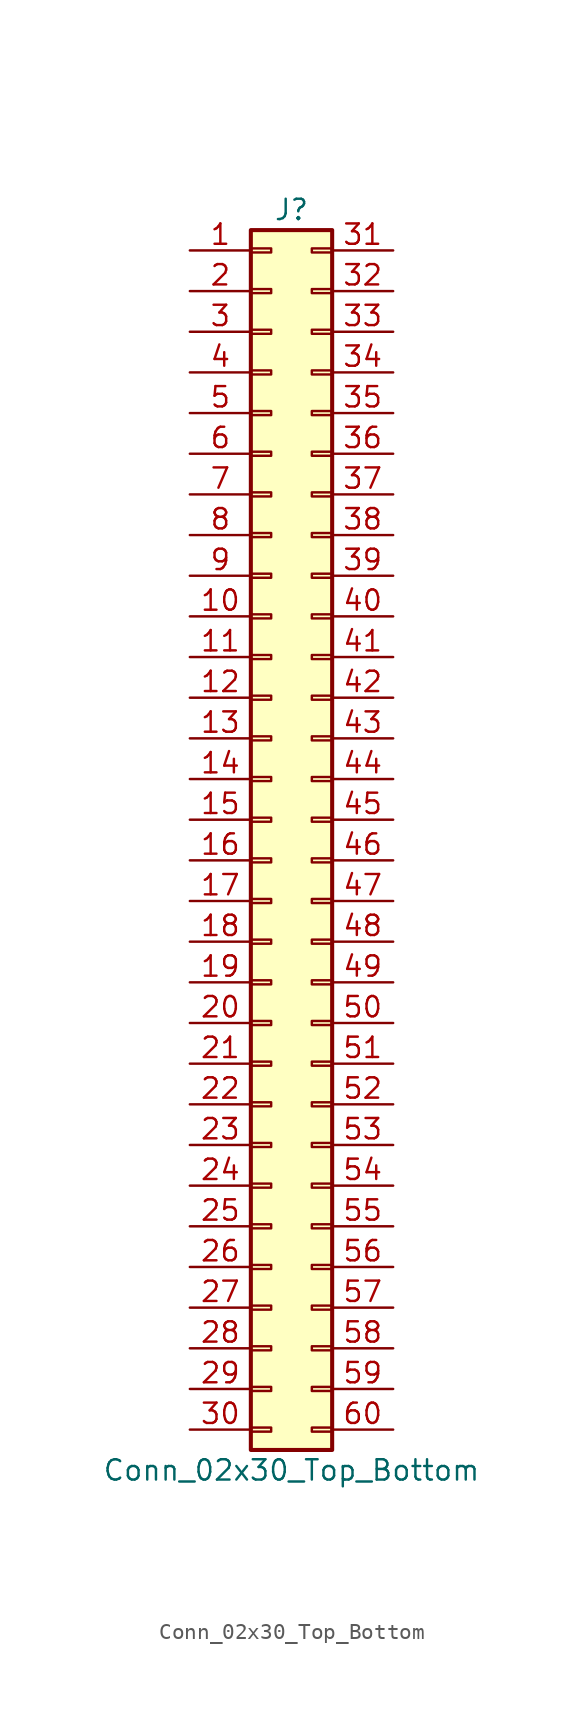
<source format=kicad_sym>
(kicad_symbol_lib
  (version 20220914)
  (generator kicad_symbol_editor)
  (symbol "Conn_02x30_Top_Bottom"
    (pin_names
      (offset 1.016) hide)
    (property "Reference" "J"
      (at 1.27 38.1 0)
      (effects (font (size 1.27 1.27))))
    (property "Value" "Conn_02x30_Top_Bottom"
      (at 1.27 -40.64 0)
      (effects (font (size 1.27 1.27))))
    (symbol "Conn_02x30_Top_Bottom_1_1"
      (rectangle (start -1.27 -37.973) (end 0 -38.227) (stroke (width 0.152) (type solid)) (fill (type none)))
      (rectangle (start -1.27 -35.433) (end 0 -35.687) (stroke (width 0.152) (type solid)) (fill (type none)))
      (rectangle (start -1.27 -32.893) (end 0 -33.147) (stroke (width 0.152) (type solid)) (fill (type none)))
      (rectangle (start -1.27 -30.353) (end 0 -30.607) (stroke (width 0.152) (type solid)) (fill (type none)))
      (rectangle (start -1.27 -27.813) (end 0 -28.067) (stroke (width 0.152) (type solid)) (fill (type none)))
      (rectangle (start -1.27 -25.273) (end 0 -25.527) (stroke (width 0.152) (type solid)) (fill (type none)))
      (rectangle (start -1.27 -22.733) (end 0 -22.987) (stroke (width 0.152) (type solid)) (fill (type none)))
      (rectangle (start -1.27 -20.193) (end 0 -20.447) (stroke (width 0.152) (type solid)) (fill (type none)))
      (rectangle (start -1.27 -17.653) (end 0 -17.907) (stroke (width 0.152) (type solid)) (fill (type none)))
      (rectangle (start -1.27 -15.113) (end 0 -15.367) (stroke (width 0.152) (type solid)) (fill (type none)))
      (rectangle (start -1.27 -12.573) (end 0 -12.827) (stroke (width 0.152) (type solid)) (fill (type none)))
      (rectangle (start -1.27 -10.033) (end 0 -10.287) (stroke (width 0.152) (type solid)) (fill (type none)))
      (rectangle (start -1.27 -7.493) (end 0 -7.747) (stroke (width 0.152) (type solid)) (fill (type none)))
      (rectangle (start -1.27 -4.953) (end 0 -5.207) (stroke (width 0.152) (type solid)) (fill (type none)))
      (rectangle (start -1.27 -2.413) (end 0 -2.667) (stroke (width 0.152) (type solid)) (fill (type none)))
      (rectangle (start -1.27 0.127) (end 0 -0.127) (stroke (width 0.152) (type solid)) (fill (type none)))
      (rectangle (start -1.27 2.667) (end 0 2.413) (stroke (width 0.152) (type solid)) (fill (type none)))
      (rectangle (start -1.27 5.207) (end 0 4.953) (stroke (width 0.152) (type solid)) (fill (type none)))
      (rectangle (start -1.27 7.747) (end 0 7.493) (stroke (width 0.152) (type solid)) (fill (type none)))
      (rectangle (start -1.27 10.287) (end 0 10.033) (stroke (width 0.152) (type solid)) (fill (type none)))
      (rectangle (start -1.27 12.827) (end 0 12.573) (stroke (width 0.152) (type solid)) (fill (type none)))
      (rectangle (start -1.27 15.367) (end 0 15.113) (stroke (width 0.152) (type solid)) (fill (type none)))
      (rectangle (start -1.27 17.907) (end 0 17.653) (stroke (width 0.152) (type solid)) (fill (type none)))
      (rectangle (start -1.27 20.447) (end 0 20.193) (stroke (width 0.152) (type solid)) (fill (type none)))
      (rectangle (start -1.27 22.987) (end 0 22.733) (stroke (width 0.152) (type solid)) (fill (type none)))
      (rectangle (start -1.27 25.527) (end 0 25.273) (stroke (width 0.152) (type solid)) (fill (type none)))
      (rectangle (start -1.27 28.067) (end 0 27.813) (stroke (width 0.152) (type solid)) (fill (type none)))
      (rectangle (start -1.27 30.607) (end 0 30.353) (stroke (width 0.152) (type solid)) (fill (type none)))
      (rectangle (start -1.27 33.147) (end 0 32.893) (stroke (width 0.152) (type solid)) (fill (type none)))
      (rectangle (start -1.27 35.687) (end 0 35.433) (stroke (width 0.152) (type solid)) (fill (type none)))
      (rectangle (start -1.27 36.83) (end 3.81 -39.37) (stroke (width 0.254) (type solid)) (fill (type background)))
      (rectangle (start 3.81 -37.973) (end 2.54 -38.227) (stroke (width 0.152) (type solid)) (fill (type none)))
      (rectangle (start 3.81 -35.433) (end 2.54 -35.687) (stroke (width 0.152) (type solid)) (fill (type none)))
      (rectangle (start 3.81 -32.893) (end 2.54 -33.147) (stroke (width 0.152) (type solid)) (fill (type none)))
      (rectangle (start 3.81 -30.353) (end 2.54 -30.607) (stroke (width 0.152) (type solid)) (fill (type none)))
      (rectangle (start 3.81 -27.813) (end 2.54 -28.067) (stroke (width 0.152) (type solid)) (fill (type none)))
      (rectangle (start 3.81 -25.273) (end 2.54 -25.527) (stroke (width 0.152) (type solid)) (fill (type none)))
      (rectangle (start 3.81 -22.733) (end 2.54 -22.987) (stroke (width 0.152) (type solid)) (fill (type none)))
      (rectangle (start 3.81 -20.193) (end 2.54 -20.447) (stroke (width 0.152) (type solid)) (fill (type none)))
      (rectangle (start 3.81 -17.653) (end 2.54 -17.907) (stroke (width 0.152) (type solid)) (fill (type none)))
      (rectangle (start 3.81 -15.113) (end 2.54 -15.367) (stroke (width 0.152) (type solid)) (fill (type none)))
      (rectangle (start 3.81 -12.573) (end 2.54 -12.827) (stroke (width 0.152) (type solid)) (fill (type none)))
      (rectangle (start 3.81 -10.033) (end 2.54 -10.287) (stroke (width 0.152) (type solid)) (fill (type none)))
      (rectangle (start 3.81 -7.493) (end 2.54 -7.747) (stroke (width 0.152) (type solid)) (fill (type none)))
      (rectangle (start 3.81 -4.953) (end 2.54 -5.207) (stroke (width 0.152) (type solid)) (fill (type none)))
      (rectangle (start 3.81 -2.413) (end 2.54 -2.667) (stroke (width 0.152) (type solid)) (fill (type none)))
      (rectangle (start 3.81 0.127) (end 2.54 -0.127) (stroke (width 0.152) (type solid)) (fill (type none)))
      (rectangle (start 3.81 2.667) (end 2.54 2.413) (stroke (width 0.152) (type solid)) (fill (type none)))
      (rectangle (start 3.81 5.207) (end 2.54 4.953) (stroke (width 0.152) (type solid)) (fill (type none)))
      (rectangle (start 3.81 7.747) (end 2.54 7.493) (stroke (width 0.152) (type solid)) (fill (type none)))
      (rectangle (start 3.81 10.287) (end 2.54 10.033) (stroke (width 0.152) (type solid)) (fill (type none)))
      (rectangle (start 3.81 12.827) (end 2.54 12.573) (stroke (width 0.152) (type solid)) (fill (type none)))
      (rectangle (start 3.81 15.367) (end 2.54 15.113) (stroke (width 0.152) (type solid)) (fill (type none)))
      (rectangle (start 3.81 17.907) (end 2.54 17.653) (stroke (width 0.152) (type solid)) (fill (type none)))
      (rectangle (start 3.81 20.447) (end 2.54 20.193) (stroke (width 0.152) (type solid)) (fill (type none)))
      (rectangle (start 3.81 22.987) (end 2.54 22.733) (stroke (width 0.152) (type solid)) (fill (type none)))
      (rectangle (start 3.81 25.527) (end 2.54 25.273) (stroke (width 0.152) (type solid)) (fill (type none)))
      (rectangle (start 3.81 28.067) (end 2.54 27.813) (stroke (width 0.152) (type solid)) (fill (type none)))
      (rectangle (start 3.81 30.607) (end 2.54 30.353) (stroke (width 0.152) (type solid)) (fill (type none)))
      (rectangle (start 3.81 33.147) (end 2.54 32.893) (stroke (width 0.152) (type solid)) (fill (type none)))
      (rectangle (start 3.81 35.687) (end 2.54 35.433) (stroke (width 0.152) (type solid)) (fill (type none)))
      (pin passive line (at -5.08 35.56 0) (length 3.81) (name "Pin_1" (effects (font (size 1.27 1.27)))) (number "1" (effects (font (size 1.27 1.27)))))
      (pin passive line (at -5.08 12.7 0) (length 3.81) (name "Pin_10" (effects (font (size 1.27 1.27)))) (number "10" (effects (font (size 1.27 1.27)))))
      (pin passive line (at -5.08 10.16 0) (length 3.81) (name "Pin_11" (effects (font (size 1.27 1.27)))) (number "11" (effects (font (size 1.27 1.27)))))
      (pin passive line (at -5.08 7.62 0) (length 3.81) (name "Pin_12" (effects (font (size 1.27 1.27)))) (number "12" (effects (font (size 1.27 1.27)))))
      (pin passive line (at -5.08 5.08 0) (length 3.81) (name "Pin_13" (effects (font (size 1.27 1.27)))) (number "13" (effects (font (size 1.27 1.27)))))
      (pin passive line (at -5.08 2.54 0) (length 3.81) (name "Pin_14" (effects (font (size 1.27 1.27)))) (number "14" (effects (font (size 1.27 1.27)))))
      (pin passive line (at -5.08 0 0) (length 3.81) (name "Pin_15" (effects (font (size 1.27 1.27)))) (number "15" (effects (font (size 1.27 1.27)))))
      (pin passive line (at -5.08 -2.54 0) (length 3.81) (name "Pin_16" (effects (font (size 1.27 1.27)))) (number "16" (effects (font (size 1.27 1.27)))))
      (pin passive line (at -5.08 -5.08 0) (length 3.81) (name "Pin_17" (effects (font (size 1.27 1.27)))) (number "17" (effects (font (size 1.27 1.27)))))
      (pin passive line (at -5.08 -7.62 0) (length 3.81) (name "Pin_18" (effects (font (size 1.27 1.27)))) (number "18" (effects (font (size 1.27 1.27)))))
      (pin passive line (at -5.08 -10.16 0) (length 3.81) (name "Pin_19" (effects (font (size 1.27 1.27)))) (number "19" (effects (font (size 1.27 1.27)))))
      (pin passive line (at -5.08 33.02 0) (length 3.81) (name "Pin_2" (effects (font (size 1.27 1.27)))) (number "2" (effects (font (size 1.27 1.27)))))
      (pin passive line (at -5.08 -12.7 0) (length 3.81) (name "Pin_20" (effects (font (size 1.27 1.27)))) (number "20" (effects (font (size 1.27 1.27)))))
      (pin passive line (at -5.08 -15.24 0) (length 3.81) (name "Pin_21" (effects (font (size 1.27 1.27)))) (number "21" (effects (font (size 1.27 1.27)))))
      (pin passive line (at -5.08 -17.78 0) (length 3.81) (name "Pin_22" (effects (font (size 1.27 1.27)))) (number "22" (effects (font (size 1.27 1.27)))))
      (pin passive line (at -5.08 -20.32 0) (length 3.81) (name "Pin_23" (effects (font (size 1.27 1.27)))) (number "23" (effects (font (size 1.27 1.27)))))
      (pin passive line (at -5.08 -22.86 0) (length 3.81) (name "Pin_24" (effects (font (size 1.27 1.27)))) (number "24" (effects (font (size 1.27 1.27)))))
      (pin passive line (at -5.08 -25.4 0) (length 3.81) (name "Pin_25" (effects (font (size 1.27 1.27)))) (number "25" (effects (font (size 1.27 1.27)))))
      (pin passive line (at -5.08 -27.94 0) (length 3.81) (name "Pin_26" (effects (font (size 1.27 1.27)))) (number "26" (effects (font (size 1.27 1.27)))))
      (pin passive line (at -5.08 -30.48 0) (length 3.81) (name "Pin_27" (effects (font (size 1.27 1.27)))) (number "27" (effects (font (size 1.27 1.27)))))
      (pin passive line (at -5.08 -33.02 0) (length 3.81) (name "Pin_28" (effects (font (size 1.27 1.27)))) (number "28" (effects (font (size 1.27 1.27)))))
      (pin passive line (at -5.08 -35.56 0) (length 3.81) (name "Pin_29" (effects (font (size 1.27 1.27)))) (number "29" (effects (font (size 1.27 1.27)))))
      (pin passive line (at -5.08 30.48 0) (length 3.81) (name "Pin_3" (effects (font (size 1.27 1.27)))) (number "3" (effects (font (size 1.27 1.27)))))
      (pin passive line (at -5.08 -38.1 0) (length 3.81) (name "Pin_30" (effects (font (size 1.27 1.27)))) (number "30" (effects (font (size 1.27 1.27)))))
      (pin passive line (at 7.62 35.56 180) (length 3.81) (name "Pin_31" (effects (font (size 1.27 1.27)))) (number "31" (effects (font (size 1.27 1.27)))))
      (pin passive line (at 7.62 33.02 180) (length 3.81) (name "Pin_32" (effects (font (size 1.27 1.27)))) (number "32" (effects (font (size 1.27 1.27)))))
      (pin passive line (at 7.62 30.48 180) (length 3.81) (name "Pin_33" (effects (font (size 1.27 1.27)))) (number "33" (effects (font (size 1.27 1.27)))))
      (pin passive line (at 7.62 27.94 180) (length 3.81) (name "Pin_34" (effects (font (size 1.27 1.27)))) (number "34" (effects (font (size 1.27 1.27)))))
      (pin passive line (at 7.62 25.4 180) (length 3.81) (name "Pin_35" (effects (font (size 1.27 1.27)))) (number "35" (effects (font (size 1.27 1.27)))))
      (pin passive line (at 7.62 22.86 180) (length 3.81) (name "Pin_36" (effects (font (size 1.27 1.27)))) (number "36" (effects (font (size 1.27 1.27)))))
      (pin passive line (at 7.62 20.32 180) (length 3.81) (name "Pin_37" (effects (font (size 1.27 1.27)))) (number "37" (effects (font (size 1.27 1.27)))))
      (pin passive line (at 7.62 17.78 180) (length 3.81) (name "Pin_38" (effects (font (size 1.27 1.27)))) (number "38" (effects (font (size 1.27 1.27)))))
      (pin passive line (at 7.62 15.24 180) (length 3.81) (name "Pin_39" (effects (font (size 1.27 1.27)))) (number "39" (effects (font (size 1.27 1.27)))))
      (pin passive line (at -5.08 27.94 0) (length 3.81) (name "Pin_4" (effects (font (size 1.27 1.27)))) (number "4" (effects (font (size 1.27 1.27)))))
      (pin passive line (at 7.62 12.7 180) (length 3.81) (name "Pin_40" (effects (font (size 1.27 1.27)))) (number "40" (effects (font (size 1.27 1.27)))))
      (pin passive line (at 7.62 10.16 180) (length 3.81) (name "Pin_41" (effects (font (size 1.27 1.27)))) (number "41" (effects (font (size 1.27 1.27)))))
      (pin passive line (at 7.62 7.62 180) (length 3.81) (name "Pin_42" (effects (font (size 1.27 1.27)))) (number "42" (effects (font (size 1.27 1.27)))))
      (pin passive line (at 7.62 5.08 180) (length 3.81) (name "Pin_43" (effects (font (size 1.27 1.27)))) (number "43" (effects (font (size 1.27 1.27)))))
      (pin passive line (at 7.62 2.54 180) (length 3.81) (name "Pin_44" (effects (font (size 1.27 1.27)))) (number "44" (effects (font (size 1.27 1.27)))))
      (pin passive line (at 7.62 0 180) (length 3.81) (name "Pin_45" (effects (font (size 1.27 1.27)))) (number "45" (effects (font (size 1.27 1.27)))))
      (pin passive line (at 7.62 -2.54 180) (length 3.81) (name "Pin_46" (effects (font (size 1.27 1.27)))) (number "46" (effects (font (size 1.27 1.27)))))
      (pin passive line (at 7.62 -5.08 180) (length 3.81) (name "Pin_47" (effects (font (size 1.27 1.27)))) (number "47" (effects (font (size 1.27 1.27)))))
      (pin passive line (at 7.62 -7.62 180) (length 3.81) (name "Pin_48" (effects (font (size 1.27 1.27)))) (number "48" (effects (font (size 1.27 1.27)))))
      (pin passive line (at 7.62 -10.16 180) (length 3.81) (name "Pin_49" (effects (font (size 1.27 1.27)))) (number "49" (effects (font (size 1.27 1.27)))))
      (pin passive line (at -5.08 25.4 0) (length 3.81) (name "Pin_5" (effects (font (size 1.27 1.27)))) (number "5" (effects (font (size 1.27 1.27)))))
      (pin passive line (at 7.62 -12.7 180) (length 3.81) (name "Pin_50" (effects (font (size 1.27 1.27)))) (number "50" (effects (font (size 1.27 1.27)))))
      (pin passive line (at 7.62 -15.24 180) (length 3.81) (name "Pin_51" (effects (font (size 1.27 1.27)))) (number "51" (effects (font (size 1.27 1.27)))))
      (pin passive line (at 7.62 -17.78 180) (length 3.81) (name "Pin_52" (effects (font (size 1.27 1.27)))) (number "52" (effects (font (size 1.27 1.27)))))
      (pin passive line (at 7.62 -20.32 180) (length 3.81) (name "Pin_53" (effects (font (size 1.27 1.27)))) (number "53" (effects (font (size 1.27 1.27)))))
      (pin passive line (at 7.62 -22.86 180) (length 3.81) (name "Pin_54" (effects (font (size 1.27 1.27)))) (number "54" (effects (font (size 1.27 1.27)))))
      (pin passive line (at 7.62 -25.4 180) (length 3.81) (name "Pin_55" (effects (font (size 1.27 1.27)))) (number "55" (effects (font (size 1.27 1.27)))))
      (pin passive line (at 7.62 -27.94 180) (length 3.81) (name "Pin_56" (effects (font (size 1.27 1.27)))) (number "56" (effects (font (size 1.27 1.27)))))
      (pin passive line (at 7.62 -30.48 180) (length 3.81) (name "Pin_57" (effects (font (size 1.27 1.27)))) (number "57" (effects (font (size 1.27 1.27)))))
      (pin passive line (at 7.62 -33.02 180) (length 3.81) (name "Pin_58" (effects (font (size 1.27 1.27)))) (number "58" (effects (font (size 1.27 1.27)))))
      (pin passive line (at 7.62 -35.56 180) (length 3.81) (name "Pin_59" (effects (font (size 1.27 1.27)))) (number "59" (effects (font (size 1.27 1.27)))))
      (pin passive line (at -5.08 22.86 0) (length 3.81) (name "Pin_6" (effects (font (size 1.27 1.27)))) (number "6" (effects (font (size 1.27 1.27)))))
      (pin passive line (at 7.62 -38.1 180) (length 3.81) (name "Pin_60" (effects (font (size 1.27 1.27)))) (number "60" (effects (font (size 1.27 1.27)))))
      (pin passive line (at -5.08 20.32 0) (length 3.81) (name "Pin_7" (effects (font (size 1.27 1.27)))) (number "7" (effects (font (size 1.27 1.27)))))
      (pin passive line (at -5.08 17.78 0) (length 3.81) (name "Pin_8" (effects (font (size 1.27 1.27)))) (number "8" (effects (font (size 1.27 1.27)))))
      (pin passive line (at -5.08 15.24 0) (length 3.81) (name "Pin_9" (effects (font (size 1.27 1.27)))) (number "9" (effects (font (size 1.27 1.27))))))))
</source>
